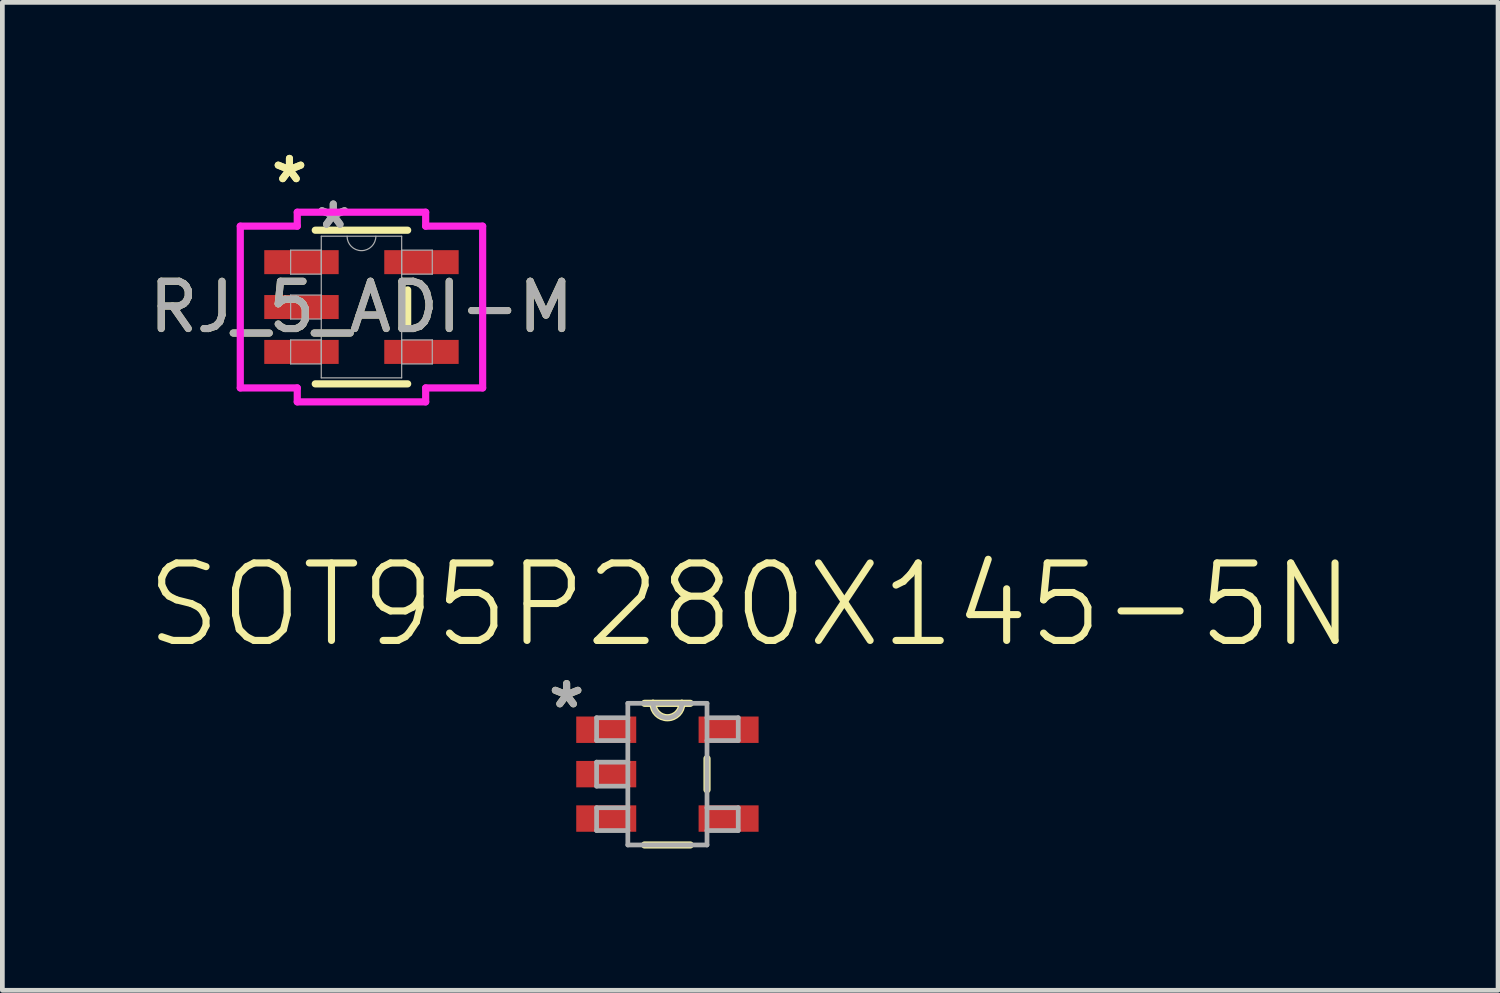
<source format=kicad_pcb>
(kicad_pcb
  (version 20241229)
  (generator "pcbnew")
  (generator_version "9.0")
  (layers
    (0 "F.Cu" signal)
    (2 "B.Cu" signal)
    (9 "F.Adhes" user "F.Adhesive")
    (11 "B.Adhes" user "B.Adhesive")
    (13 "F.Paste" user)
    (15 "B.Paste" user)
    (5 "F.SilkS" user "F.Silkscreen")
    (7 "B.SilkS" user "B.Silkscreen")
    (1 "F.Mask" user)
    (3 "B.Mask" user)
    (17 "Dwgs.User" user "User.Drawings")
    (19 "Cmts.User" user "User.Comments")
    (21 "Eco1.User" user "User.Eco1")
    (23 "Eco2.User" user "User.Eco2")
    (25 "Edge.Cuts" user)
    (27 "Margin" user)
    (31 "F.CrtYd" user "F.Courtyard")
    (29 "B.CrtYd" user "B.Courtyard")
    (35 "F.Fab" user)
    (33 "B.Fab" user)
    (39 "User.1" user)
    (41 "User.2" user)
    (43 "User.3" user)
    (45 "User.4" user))
  (footprint "RJ_5_ADI-M"
    (layer "F.Cu")
    (at 4.601 3.449)
    (property "Reference" "RJ_5_ADI-M" (at 0 0 0) (unlocked yes) (layer "F.SilkS") (effects (font (size 1 1) (thickness 0.15))))
    (attr smd)
    (fp_line (start -0.978 1.626) (end 0.978 1.626) (stroke (width 0.152) (type solid)) (layer "F.SilkS"))
    (fp_line (start 0.978 -1.626) (end -0.978 -1.626) (stroke (width 0.152) (type solid)) (layer "F.SilkS"))
    (fp_line (start 0.978 0.363) (end 0.978 -0.363) (stroke (width 0.152) (type solid)) (layer "F.SilkS"))
    (fp_line (start -2.565 -1.712) (end -1.359 -1.712) (stroke (width 0.152) (type solid)) (layer "F.CrtYd"))
    (fp_line (start -2.565 1.712) (end -2.565 -1.712) (stroke (width 0.152) (type solid)) (layer "F.CrtYd"))
    (fp_line (start -1.359 -2.007) (end 1.359 -2.007) (stroke (width 0.152) (type solid)) (layer "F.CrtYd"))
    (fp_line (start -1.359 -1.712) (end -1.359 -2.007) (stroke (width 0.152) (type solid)) (layer "F.CrtYd"))
    (fp_line (start -1.359 1.712) (end -2.565 1.712) (stroke (width 0.152) (type solid)) (layer "F.CrtYd"))
    (fp_line (start -1.359 2.007) (end -1.359 1.712) (stroke (width 0.152) (type solid)) (layer "F.CrtYd"))
    (fp_line (start 1.359 -2.007) (end 1.359 -1.712) (stroke (width 0.152) (type solid)) (layer "F.CrtYd"))
    (fp_line (start 1.359 -1.712) (end 2.565 -1.712) (stroke (width 0.152) (type solid)) (layer "F.CrtYd"))
    (fp_line (start 1.359 1.712) (end 1.359 2.007) (stroke (width 0.152) (type solid)) (layer "F.CrtYd"))
    (fp_line (start 1.359 2.007) (end -1.359 2.007) (stroke (width 0.152) (type solid)) (layer "F.CrtYd"))
    (fp_line (start 2.565 -1.712) (end 2.565 1.712) (stroke (width 0.152) (type solid)) (layer "F.CrtYd"))
    (fp_line (start 2.565 1.712) (end 1.359 1.712) (stroke (width 0.152) (type solid)) (layer "F.CrtYd"))
    (fp_line (start -1.499 -1.204) (end -1.499 -0.696) (stroke (width 0.025) (type solid)) (layer "F.Fab"))
    (fp_line (start -1.499 -0.696) (end -0.851 -0.696) (stroke (width 0.025) (type solid)) (layer "F.Fab"))
    (fp_line (start -1.499 -0.254) (end -1.499 0.254) (stroke (width 0.025) (type solid)) (layer "F.Fab"))
    (fp_line (start -1.499 0.254) (end -0.851 0.254) (stroke (width 0.025) (type solid)) (layer "F.Fab"))
    (fp_line (start -1.499 0.696) (end -1.499 1.204) (stroke (width 0.025) (type solid)) (layer "F.Fab"))
    (fp_line (start -1.499 1.204) (end -0.851 1.204) (stroke (width 0.025) (type solid)) (layer "F.Fab"))
    (fp_line (start -0.851 -1.499) (end -0.851 1.499) (stroke (width 0.025) (type solid)) (layer "F.Fab"))
    (fp_line (start -0.851 -1.204) (end -1.499 -1.204) (stroke (width 0.025) (type solid)) (layer "F.Fab"))
    (fp_line (start -0.851 -0.696) (end -0.851 -1.204) (stroke (width 0.025) (type solid)) (layer "F.Fab"))
    (fp_line (start -0.851 -0.254) (end -1.499 -0.254) (stroke (width 0.025) (type solid)) (layer "F.Fab"))
    (fp_line (start -0.851 0.254) (end -0.851 -0.254) (stroke (width 0.025) (type solid)) (layer "F.Fab"))
    (fp_line (start -0.851 0.696) (end -1.499 0.696) (stroke (width 0.025) (type solid)) (layer "F.Fab"))
    (fp_line (start -0.851 1.204) (end -0.851 0.696) (stroke (width 0.025) (type solid)) (layer "F.Fab"))
    (fp_line (start -0.851 1.499) (end 0.851 1.499) (stroke (width 0.025) (type solid)) (layer "F.Fab"))
    (fp_line (start 0.851 -1.499) (end -0.851 -1.499) (stroke (width 0.025) (type solid)) (layer "F.Fab"))
    (fp_line (start 0.851 -1.204) (end 0.851 -0.696) (stroke (width 0.025) (type solid)) (layer "F.Fab"))
    (fp_line (start 0.851 -0.696) (end 1.499 -0.696) (stroke (width 0.025) (type solid)) (layer "F.Fab"))
    (fp_line (start 0.851 0.696) (end 0.851 1.204) (stroke (width 0.025) (type solid)) (layer "F.Fab"))
    (fp_line (start 0.851 1.204) (end 1.499 1.204) (stroke (width 0.025) (type solid)) (layer "F.Fab"))
    (fp_line (start 0.851 1.499) (end 0.851 -1.499) (stroke (width 0.025) (type solid)) (layer "F.Fab"))
    (fp_line (start 1.499 -1.204) (end 0.851 -1.204) (stroke (width 0.025) (type solid)) (layer "F.Fab"))
    (fp_line (start 1.499 -0.696) (end 1.499 -1.204) (stroke (width 0.025) (type solid)) (layer "F.Fab"))
    (fp_line (start 1.499 0.696) (end 0.851 0.696) (stroke (width 0.025) (type solid)) (layer "F.Fab"))
    (fp_line (start 1.499 1.204) (end 1.499 0.696) (stroke (width 0.025) (type solid)) (layer "F.Fab"))
    (fp_arc (start 0.3048 -1.4986) (mid 0 -1.1938) (end -0.3048 -1.4986) (stroke (width 0.0254) (type solid)) (layer "F.Fab"))
    (fp_text user "*" (at -1.524 -2.601 0) (layer "F.SilkS") (effects (font (size 1 1) (thickness 0.15))))
    (fp_text user "*" (at -1.524 -2.601 0) (unlocked yes) (layer "F.SilkS") (effects (font (size 1 1) (thickness 0.15))))
    (fp_text user "*" (at -0.597 -1.636 0) (layer "F.Fab") (effects (font (size 1 1) (thickness 0.15))))
    (fp_text user "${REFERENCE}" (at 0 0 0) (unlocked yes) (layer "F.Fab") (effects (font (size 1 1) (thickness 0.15))))
    (fp_text user "*" (at -0.597 -1.636 0) (unlocked yes) (layer "F.Fab") (effects (font (size 1 1) (thickness 0.15))))
    (pad "1" smd rect (at -1.27 -0.95) (size 1.575 0.508) (layers "F.Cu" "F.Mask" "F.Paste"))
    (pad "2" smd rect (at -1.27 0) (size 1.575 0.508) (layers "F.Cu" "F.Mask" "F.Paste"))
    (pad "3" smd rect (at -1.27 0.95) (size 1.575 0.508) (layers "F.Cu" "F.Mask" "F.Paste"))
    (pad "4" smd rect (at 1.27 0.95) (size 1.575 0.508) (layers "F.Cu" "F.Mask" "F.Paste"))
    (pad "5" smd rect (at 1.27 -0.95) (size 1.575 0.508) (layers "F.Cu" "F.Mask" "F.Paste")))
  (footprint "SOT95P280X145-5N"
    (layer "F.Cu")
    (at 11.077 13.336)
    (property "Reference" "SOT95P280X145-5N" (at 1.753 -3.581 0) (layer "F.SilkS") (effects (font (size 1.64 1.64) (thickness 0.15))))
    (attr smd)
    (fp_line (start -0.483 1.499) (end 0.483 1.499) (stroke (width 0.152) (type solid)) (layer "F.SilkS"))
    (fp_line (start -0.305 -1.499) (end -0.483 -1.499) (stroke (width 0.152) (type solid)) (layer "F.SilkS"))
    (fp_line (start 0.305 -1.499) (end -0.305 -1.499) (stroke (width 0.152) (type solid)) (layer "F.SilkS"))
    (fp_line (start 0.483 -1.499) (end 0.305 -1.499) (stroke (width 0.152) (type solid)) (layer "F.SilkS"))
    (fp_line (start 0.838 0.33) (end 0.838 -0.33) (stroke (width 0.152) (type solid)) (layer "F.SilkS"))
    (fp_arc (start 0.3048 -1.4986) (mid 0 -1.1938) (end -0.3048 -1.4986) (stroke (width 0.1524) (type solid)) (layer "F.SilkS"))
    (fp_line (start -1.499 -1.194) (end -1.499 -0.711) (stroke (width 0.1) (type solid)) (layer "F.Fab"))
    (fp_line (start -1.499 -0.711) (end -0.838 -0.711) (stroke (width 0.1) (type solid)) (layer "F.Fab"))
    (fp_line (start -1.499 -0.254) (end -1.499 0.254) (stroke (width 0.1) (type solid)) (layer "F.Fab"))
    (fp_line (start -1.499 0.254) (end -0.838 0.254) (stroke (width 0.1) (type solid)) (layer "F.Fab"))
    (fp_line (start -1.499 0.711) (end -1.499 1.194) (stroke (width 0.1) (type solid)) (layer "F.Fab"))
    (fp_line (start -1.499 1.194) (end -0.838 1.194) (stroke (width 0.1) (type solid)) (layer "F.Fab"))
    (fp_line (start -0.838 -1.499) (end -0.838 -1.194) (stroke (width 0.1) (type solid)) (layer "F.Fab"))
    (fp_line (start -0.838 -1.194) (end -1.499 -1.194) (stroke (width 0.1) (type solid)) (layer "F.Fab"))
    (fp_line (start -0.838 -1.194) (end -0.838 -0.711) (stroke (width 0.1) (type solid)) (layer "F.Fab"))
    (fp_line (start -0.838 -0.711) (end -0.838 -0.254) (stroke (width 0.1) (type solid)) (layer "F.Fab"))
    (fp_line (start -0.838 -0.254) (end -1.499 -0.254) (stroke (width 0.1) (type solid)) (layer "F.Fab"))
    (fp_line (start -0.838 -0.254) (end -0.838 0.254) (stroke (width 0.1) (type solid)) (layer "F.Fab"))
    (fp_line (start -0.838 0.254) (end -0.838 0.711) (stroke (width 0.1) (type solid)) (layer "F.Fab"))
    (fp_line (start -0.838 0.711) (end -1.499 0.711) (stroke (width 0.1) (type solid)) (layer "F.Fab"))
    (fp_line (start -0.838 1.194) (end -0.838 0.711) (stroke (width 0.1) (type solid)) (layer "F.Fab"))
    (fp_line (start -0.838 1.499) (end -0.838 1.194) (stroke (width 0.1) (type solid)) (layer "F.Fab"))
    (fp_line (start -0.838 1.499) (end 0.838 1.499) (stroke (width 0.1) (type solid)) (layer "F.Fab"))
    (fp_line (start -0.305 -1.499) (end -0.838 -1.499) (stroke (width 0.1) (type solid)) (layer "F.Fab"))
    (fp_line (start 0.305 -1.499) (end -0.305 -1.499) (stroke (width 0.1) (type solid)) (layer "F.Fab"))
    (fp_line (start 0.838 -1.499) (end 0.305 -1.499) (stroke (width 0.1) (type solid)) (layer "F.Fab"))
    (fp_line (start 0.838 -1.499) (end 0.838 -1.194) (stroke (width 0.1) (type solid)) (layer "F.Fab"))
    (fp_line (start 0.838 -1.194) (end 0.838 -0.711) (stroke (width 0.1) (type solid)) (layer "F.Fab"))
    (fp_line (start 0.838 -0.711) (end 1.499 -0.711) (stroke (width 0.1) (type solid)) (layer "F.Fab"))
    (fp_line (start 0.838 0.711) (end 0.838 -0.711) (stroke (width 0.1) (type solid)) (layer "F.Fab"))
    (fp_line (start 0.838 1.194) (end 0.838 0.711) (stroke (width 0.1) (type solid)) (layer "F.Fab"))
    (fp_line (start 0.838 1.194) (end 1.499 1.194) (stroke (width 0.1) (type solid)) (layer "F.Fab"))
    (fp_line (start 0.838 1.499) (end 0.838 1.194) (stroke (width 0.1) (type solid)) (layer "F.Fab"))
    (fp_line (start 1.499 -1.194) (end 0.838 -1.194) (stroke (width 0.1) (type solid)) (layer "F.Fab"))
    (fp_line (start 1.499 -0.711) (end 1.499 -1.194) (stroke (width 0.1) (type solid)) (layer "F.Fab"))
    (fp_line (start 1.499 0.711) (end 0.838 0.711) (stroke (width 0.1) (type solid)) (layer "F.Fab"))
    (fp_line (start 1.499 1.194) (end 1.499 0.711) (stroke (width 0.1) (type solid)) (layer "F.Fab"))
    (fp_arc (start 0.3048 -1.4986) (mid 0 -1.1938) (end -0.3048 -1.4986) (stroke (width 0.1) (type solid)) (layer "F.Fab"))
    (fp_text user "*" (at -2.134 -1.372 0) (layer "F.SilkS") (effects (font (size 1 1) (thickness 0.15))))
    (fp_text user "*" (at -2.134 -1.372 0) (layer "F.Fab") (effects (font (size 1 1) (thickness 0.15))))
    (pad "1" smd rect (at -1.295 -0.94) (size 1.27 0.559) (layers "F.Cu" "F.Mask" "F.Paste"))
    (pad "2" smd rect (at -1.295 0) (size 1.27 0.559) (layers "F.Cu" "F.Mask" "F.Paste"))
    (pad "3" smd rect (at -1.295 0.94) (size 1.27 0.559) (layers "F.Cu" "F.Mask" "F.Paste"))
    (pad "4" smd rect (at 1.295 0.94) (size 1.27 0.559) (layers "F.Cu" "F.Mask" "F.Paste"))
    (pad "5" smd rect (at 1.295 -0.94) (size 1.27 0.559) (layers "F.Cu" "F.Mask" "F.Paste")))
  (gr_rect
    (start -3 -3)
    (end 28.659 17.911)
    (stroke (width 0.1) (type default))
    (fill no)
    (layer "Edge.Cuts")))
</source>
